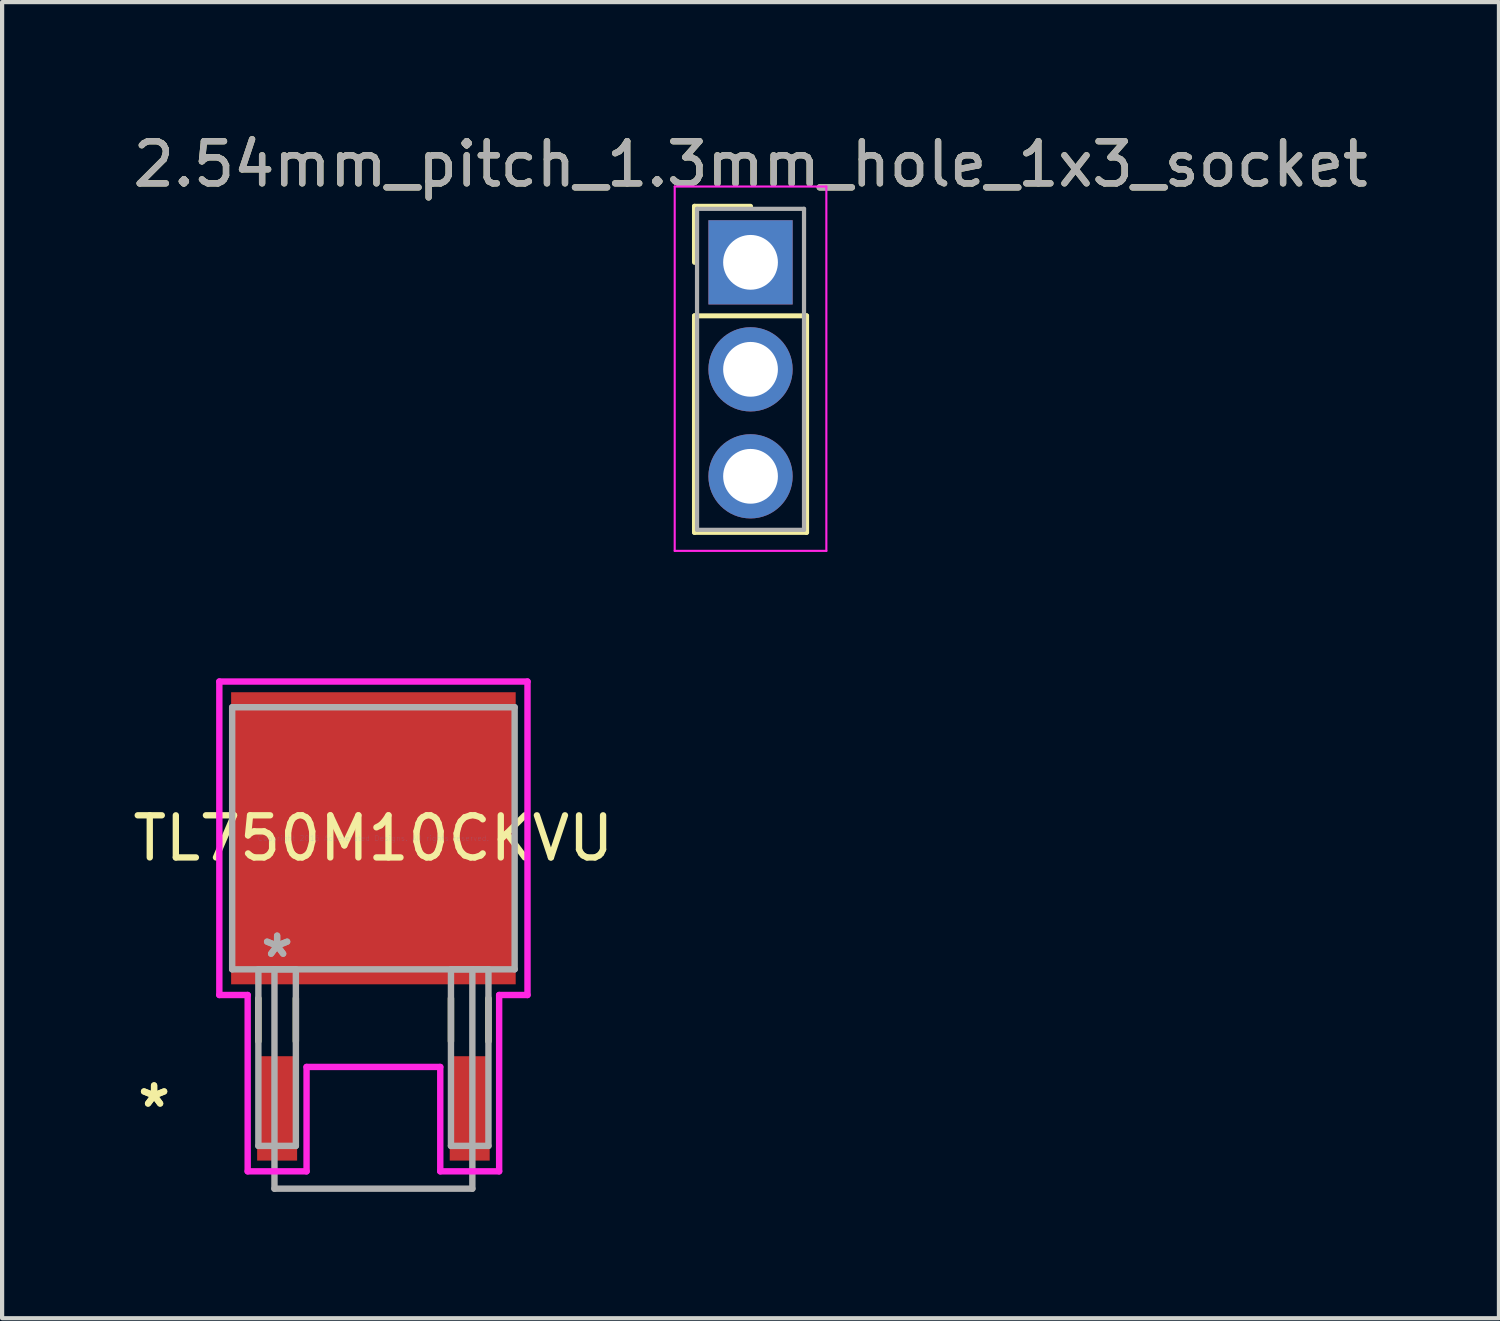
<source format=kicad_pcb>
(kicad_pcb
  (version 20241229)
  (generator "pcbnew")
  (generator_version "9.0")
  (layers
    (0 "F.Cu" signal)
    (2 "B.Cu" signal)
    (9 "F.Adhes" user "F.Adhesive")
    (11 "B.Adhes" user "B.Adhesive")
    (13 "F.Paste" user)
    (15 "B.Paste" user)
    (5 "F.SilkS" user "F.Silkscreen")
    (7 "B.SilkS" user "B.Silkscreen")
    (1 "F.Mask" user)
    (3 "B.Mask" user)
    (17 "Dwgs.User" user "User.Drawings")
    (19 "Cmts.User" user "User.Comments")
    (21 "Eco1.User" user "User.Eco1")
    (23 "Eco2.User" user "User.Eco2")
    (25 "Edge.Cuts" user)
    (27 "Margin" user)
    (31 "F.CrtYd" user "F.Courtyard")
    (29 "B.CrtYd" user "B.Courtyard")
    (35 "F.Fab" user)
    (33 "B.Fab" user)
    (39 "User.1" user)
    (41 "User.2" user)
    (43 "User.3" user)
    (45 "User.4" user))
  (footprint "TL750M10CKVU"
    (layer "F.Cu")
    (at 5.815 16.851)
    (property "Reference" "TL750M10CKVU" (at 0 0 0) (layer "F.SilkS") (effects (font (size 1 1) (thickness 0.15))))
    (attr through_hole)
    (fp_line (start -2.731 3.8) (end -2.731 4.819) (stroke (width 0.152) (type solid)) (layer "F.SilkS"))
    (fp_line (start -1.841 3.8) (end -1.841 4.819) (stroke (width 0.152) (type solid)) (layer "F.SilkS"))
    (fp_line (start 1.841 3.8) (end 1.841 4.819) (stroke (width 0.152) (type solid)) (layer "F.SilkS"))
    (fp_line (start 2.731 3.8) (end 2.731 4.819) (stroke (width 0.152) (type solid)) (layer "F.SilkS"))
    (fp_line (start -3.658 -3.721) (end 3.658 -3.721) (stroke (width 0.152) (type solid)) (layer "F.CrtYd"))
    (fp_line (start -3.658 3.721) (end -3.658 -3.721) (stroke (width 0.152) (type solid)) (layer "F.CrtYd"))
    (fp_line (start -2.985 3.721) (end -3.658 3.721) (stroke (width 0.152) (type solid)) (layer "F.CrtYd"))
    (fp_line (start -2.985 7.907) (end -2.985 3.721) (stroke (width 0.152) (type solid)) (layer "F.CrtYd"))
    (fp_line (start -1.587 5.429) (end -1.587 7.907) (stroke (width 0.152) (type solid)) (layer "F.CrtYd"))
    (fp_line (start -1.587 7.907) (end -2.985 7.907) (stroke (width 0.152) (type solid)) (layer "F.CrtYd"))
    (fp_line (start 1.587 5.429) (end -1.587 5.429) (stroke (width 0.152) (type solid)) (layer "F.CrtYd"))
    (fp_line (start 1.587 7.907) (end 1.587 5.429) (stroke (width 0.152) (type solid)) (layer "F.CrtYd"))
    (fp_line (start 2.985 3.721) (end 2.985 7.907) (stroke (width 0.152) (type solid)) (layer "F.CrtYd"))
    (fp_line (start 2.985 7.907) (end 1.587 7.907) (stroke (width 0.152) (type solid)) (layer "F.CrtYd"))
    (fp_line (start 3.658 -3.721) (end 3.658 3.721) (stroke (width 0.152) (type solid)) (layer "F.CrtYd"))
    (fp_line (start 3.658 3.721) (end 2.985 3.721) (stroke (width 0.152) (type solid)) (layer "F.CrtYd"))
    (fp_line (start -3.353 -3.111) (end -3.353 3.111) (stroke (width 0.152) (type solid)) (layer "F.Fab"))
    (fp_line (start -3.353 3.111) (end 3.353 3.111) (stroke (width 0.152) (type solid)) (layer "F.Fab"))
    (fp_line (start -2.731 3.111) (end -2.731 7.303) (stroke (width 0.152) (type solid)) (layer "F.Fab"))
    (fp_line (start -2.731 7.303) (end -1.841 7.303) (stroke (width 0.152) (type solid)) (layer "F.Fab"))
    (fp_line (start -2.349 3.111) (end -2.349 8.319) (stroke (width 0.152) (type solid)) (layer "F.Fab"))
    (fp_line (start -2.349 8.319) (end 2.349 8.319) (stroke (width 0.152) (type solid)) (layer "F.Fab"))
    (fp_line (start -1.841 3.111) (end -2.731 3.111) (stroke (width 0.152) (type solid)) (layer "F.Fab"))
    (fp_line (start -1.841 7.303) (end -1.841 3.111) (stroke (width 0.152) (type solid)) (layer "F.Fab"))
    (fp_line (start 1.841 3.111) (end 1.841 7.303) (stroke (width 0.152) (type solid)) (layer "F.Fab"))
    (fp_line (start 1.841 7.303) (end 2.731 7.303) (stroke (width 0.152) (type solid)) (layer "F.Fab"))
    (fp_line (start 2.349 8.319) (end 2.349 3.111) (stroke (width 0.152) (type solid)) (layer "F.Fab"))
    (fp_line (start 2.731 3.111) (end 1.841 3.111) (stroke (width 0.152) (type solid)) (layer "F.Fab"))
    (fp_line (start 2.731 7.303) (end 2.731 3.111) (stroke (width 0.152) (type solid)) (layer "F.Fab"))
    (fp_line (start 3.353 -3.111) (end -3.353 -3.111) (stroke (width 0.152) (type solid)) (layer "F.Fab"))
    (fp_line (start 3.353 3.111) (end 3.353 -3.111) (stroke (width 0.152) (type solid)) (layer "F.Fab"))
    (fp_text user "*" (at -5.207 6.413 0) (layer "F.SilkS") (effects (font (size 1 1) (thickness 0.15))))
    (fp_text user "*" (at -5.207 6.413 0) (layer "F.SilkS") (effects (font (size 1 1) (thickness 0.15))))
    (fp_text user "Copyright 2016 Accelerated Designs. All rights reserved." (at 0 0 0) (layer "Cmts.User") (effects (font (size 0.127 0.127) (thickness 0.002))))
    (fp_text user "*" (at -2.286 2.857 0) (layer "F.Fab") (effects (font (size 1 1) (thickness 0.15))))
    (fp_text user "*" (at -2.286 2.857 0) (layer "F.Fab") (effects (font (size 1 1) (thickness 0.15))))
    (pad "1" smd rect (at -2.286 6.413) (size 0.949 2.478) (layers "F.Cu" "F.Mask" "F.Paste"))
    (pad "2" smd rect (at 0 0) (size 6.756 6.934) (layers "F.Cu" "F.Mask" "F.Paste"))
    (pad "3" smd rect (at 2.286 6.413) (size 0.949 2.478) (layers "F.Cu" "F.Mask" "F.Paste")))
  (footprint "2.54mm_pitch_1.3mm_hole_1x3_socket"
    (layer "F.Cu")
    (at 14.768 3.178)
    (property "Reference" "2.54mm_pitch_1.3mm_hole_1x3_socket" (at 0 -2.33 0) (layer "F.SilkS") (effects (font (size 1 1) (thickness 0.15))))
    (attr through_hole)
    (fp_line (start -1.33 -1.33) (end 0 -1.33) (stroke (width 0.12) (type solid)) (layer "F.SilkS"))
    (fp_line (start -1.33 0) (end -1.33 -1.33) (stroke (width 0.12) (type solid)) (layer "F.SilkS"))
    (fp_line (start -1.33 1.27) (end -1.33 6.41) (stroke (width 0.12) (type solid)) (layer "F.SilkS"))
    (fp_line (start -1.33 6.41) (end 1.33 6.41) (stroke (width 0.12) (type solid)) (layer "F.SilkS"))
    (fp_line (start 1.33 1.27) (end -1.33 1.27) (stroke (width 0.12) (type solid)) (layer "F.SilkS"))
    (fp_line (start 1.33 6.41) (end 1.33 1.27) (stroke (width 0.12) (type solid)) (layer "F.SilkS"))
    (fp_line (start -1.8 -1.8) (end -1.8 6.85) (stroke (width 0.05) (type solid)) (layer "F.CrtYd"))
    (fp_line (start -1.8 6.85) (end 1.8 6.85) (stroke (width 0.05) (type solid)) (layer "F.CrtYd"))
    (fp_line (start 1.8 -1.8) (end -1.8 -1.8) (stroke (width 0.05) (type solid)) (layer "F.CrtYd"))
    (fp_line (start 1.8 6.85) (end 1.8 -1.8) (stroke (width 0.05) (type solid)) (layer "F.CrtYd"))
    (fp_line (start -1.27 -1.27) (end -1.27 6.35) (stroke (width 0.1) (type solid)) (layer "F.Fab"))
    (fp_line (start -1.27 6.35) (end 1.27 6.35) (stroke (width 0.1) (type solid)) (layer "F.Fab"))
    (fp_line (start 1.27 -1.27) (end -1.27 -1.27) (stroke (width 0.1) (type solid)) (layer "F.Fab"))
    (fp_line (start 1.27 6.35) (end 1.27 -1.27) (stroke (width 0.1) (type solid)) (layer "F.Fab"))
    (fp_text user "${REFERENCE}" (at 0 -2.33 0) (layer "F.Fab") (effects (font (size 1 1) (thickness 0.15))))
    (pad "1" thru_hole rect (at 0 0) (size 2 2) (drill 1.3) (layers "*.Cu" "*.Mask"))
    (pad "2" thru_hole oval (at 0 2.54) (size 2 2) (drill 1.3) (layers "*.Cu" "*.Mask"))
    (pad "3" thru_hole oval (at 0 5.08) (size 2 2) (drill 1.3) (layers "*.Cu" "*.Mask")))
  (gr_rect
    (start -3 -3)
    (end 32.536 28.245)
    (stroke (width 0.1) (type default))
    (fill no)
    (layer "Edge.Cuts")))
</source>
